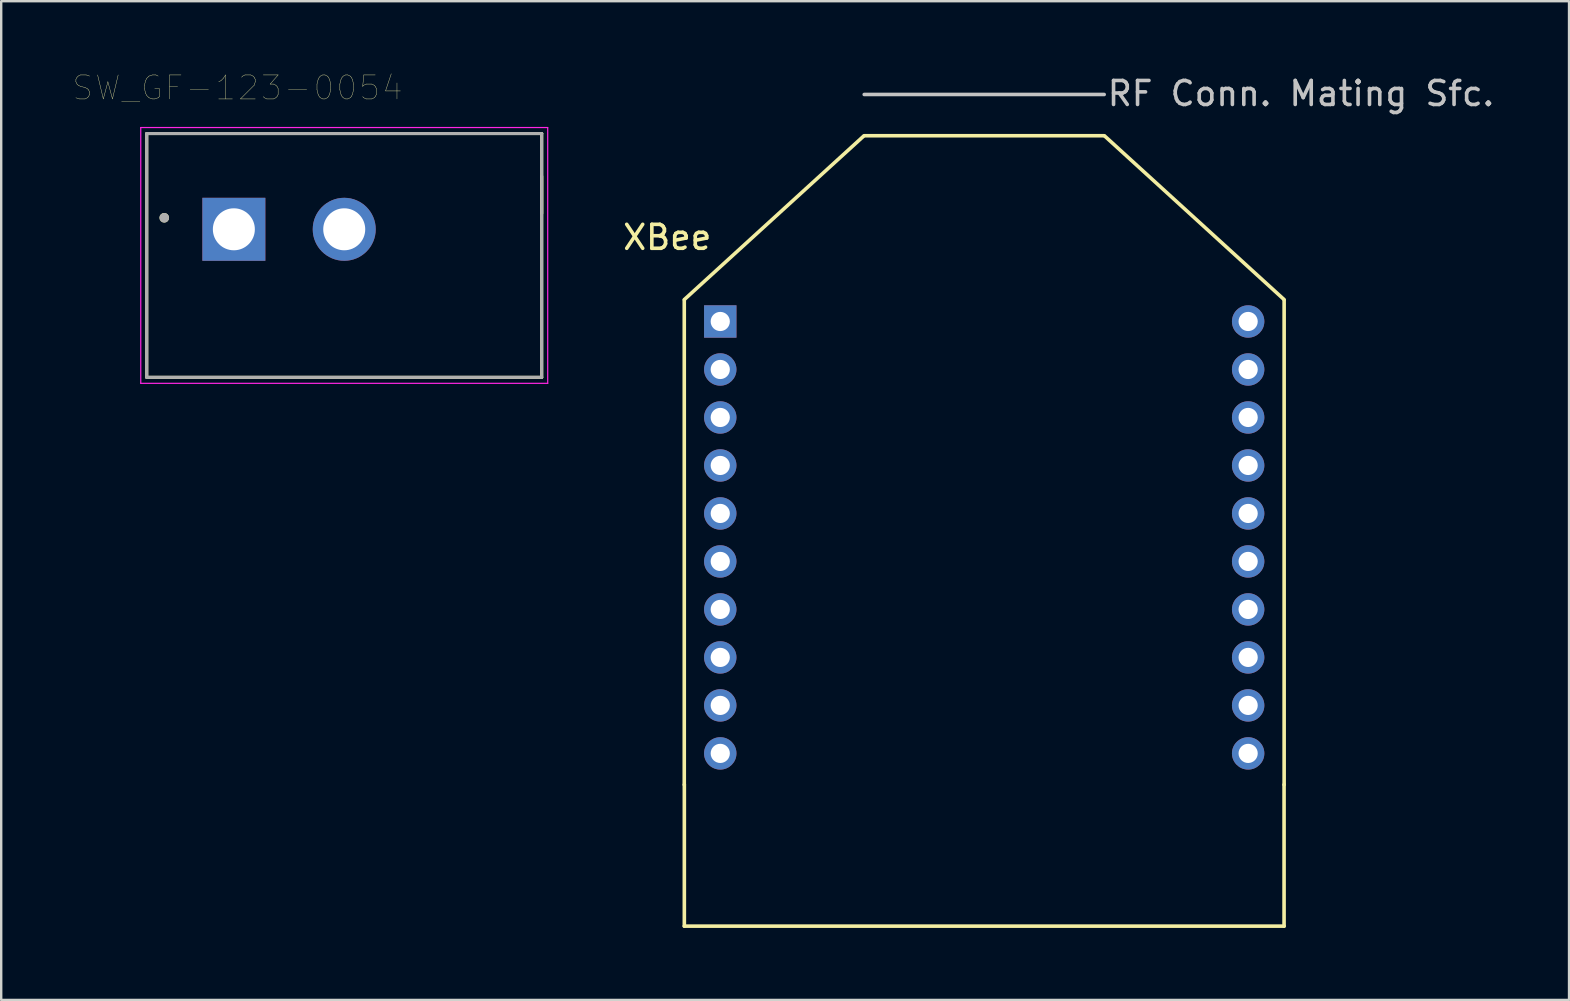
<source format=kicad_pcb>
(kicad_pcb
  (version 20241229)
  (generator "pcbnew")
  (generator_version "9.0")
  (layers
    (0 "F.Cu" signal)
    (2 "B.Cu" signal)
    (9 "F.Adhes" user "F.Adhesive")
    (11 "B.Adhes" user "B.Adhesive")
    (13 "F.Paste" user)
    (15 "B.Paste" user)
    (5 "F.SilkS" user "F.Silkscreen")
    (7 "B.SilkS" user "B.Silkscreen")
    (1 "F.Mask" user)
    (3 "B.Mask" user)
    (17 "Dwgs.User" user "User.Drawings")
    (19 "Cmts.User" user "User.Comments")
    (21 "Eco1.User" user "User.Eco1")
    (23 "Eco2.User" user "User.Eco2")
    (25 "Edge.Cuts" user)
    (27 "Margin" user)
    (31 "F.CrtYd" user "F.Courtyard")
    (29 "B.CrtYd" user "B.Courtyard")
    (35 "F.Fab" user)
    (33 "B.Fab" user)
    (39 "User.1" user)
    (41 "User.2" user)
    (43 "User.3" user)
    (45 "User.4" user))
  (footprint "XBee"
    (layer "F.Cu")
    (at 37.967 10.348)
    (property "Reference" "XBee" (at -13.208 -3.505 0) (layer "F.SilkS") (effects (font (size 1 1) (thickness 0.15))))
    (attr through_hole)
    (fp_line (start -12.5 19.304) (end -12.5 -0.889) (stroke (width 0.15) (type solid)) (layer "F.SilkS"))
    (fp_line (start -12.497 19.304) (end -12.497 25.197) (stroke (width 0.15) (type solid)) (layer "F.SilkS"))
    (fp_line (start -5.029 -7.722) (end -12.497 -0.914) (stroke (width 0.15) (type solid)) (layer "F.SilkS"))
    (fp_line (start 5 -7.74) (end -5 -7.74) (stroke (width 0.15) (type solid)) (layer "F.SilkS"))
    (fp_line (start 5.029 -7.722) (end 12.497 -0.914) (stroke (width 0.15) (type solid)) (layer "F.SilkS"))
    (fp_line (start 12.497 19.304) (end 12.497 25.197) (stroke (width 0.15) (type solid)) (layer "F.SilkS"))
    (fp_line (start 12.5 19.304) (end 12.5 -0.889) (stroke (width 0.15) (type solid)) (layer "F.SilkS"))
    (fp_line (start 12.5 25.2) (end -12.5 25.2) (stroke (width 0.15) (type solid)) (layer "F.SilkS"))
    (fp_line (start -5 -9.46) (end 5 -9.46) (stroke (width 0.15) (type solid)) (layer "Dwgs.User"))
    (fp_text user "RF Conn. Mating Sfc." (at 13.2 -9.5 0) (layer "Dwgs.User") (effects (font (size 1 1) (thickness 0.15))))
    (pad "1" thru_hole rect (at -11 0) (size 1.35 1.35) (drill 0.8) (layers "*.Cu" "*.Mask"))
    (pad "2" thru_hole oval (at -11 2) (size 1.35 1.35) (drill 0.8) (layers "*.Cu" "*.Mask"))
    (pad "3" thru_hole oval (at -11 4) (size 1.35 1.35) (drill 0.8) (layers "*.Cu" "*.Mask"))
    (pad "4" thru_hole oval (at -11 6) (size 1.35 1.35) (drill 0.8) (layers "*.Cu" "*.Mask"))
    (pad "5" thru_hole oval (at -11 8) (size 1.35 1.35) (drill 0.8) (layers "*.Cu" "*.Mask"))
    (pad "6" thru_hole oval (at -11 10) (size 1.35 1.35) (drill 0.8) (layers "*.Cu" "*.Mask"))
    (pad "7" thru_hole oval (at -11 12) (size 1.35 1.35) (drill 0.8) (layers "*.Cu" "*.Mask"))
    (pad "8" thru_hole oval (at -11 14) (size 1.35 1.35) (drill 0.8) (layers "*.Cu" "*.Mask"))
    (pad "9" thru_hole oval (at -11 16) (size 1.35 1.35) (drill 0.8) (layers "*.Cu" "*.Mask"))
    (pad "10" thru_hole oval (at -11 18) (size 1.35 1.35) (drill 0.8) (layers "*.Cu" "*.Mask"))
    (pad "11" thru_hole oval (at 11 18) (size 1.35 1.35) (drill 0.8) (layers "*.Cu" "*.Mask"))
    (pad "12" thru_hole oval (at 11 16) (size 1.35 1.35) (drill 0.8) (layers "*.Cu" "*.Mask"))
    (pad "13" thru_hole oval (at 11 14) (size 1.35 1.35) (drill 0.8) (layers "*.Cu" "*.Mask"))
    (pad "14" thru_hole oval (at 11 12) (size 1.35 1.35) (drill 0.8) (layers "*.Cu" "*.Mask"))
    (pad "15" thru_hole oval (at 11 10) (size 1.35 1.35) (drill 0.8) (layers "*.Cu" "*.Mask"))
    (pad "16" thru_hole oval (at 11 8) (size 1.35 1.35) (drill 0.8) (layers "*.Cu" "*.Mask"))
    (pad "17" thru_hole oval (at 11 6) (size 1.35 1.35) (drill 0.8) (layers "*.Cu" "*.Mask"))
    (pad "18" thru_hole oval (at 11 4) (size 1.35 1.35) (drill 0.8) (layers "*.Cu" "*.Mask"))
    (pad "19" thru_hole oval (at 11 2) (size 1.35 1.35) (drill 0.8) (layers "*.Cu" "*.Mask"))
    (pad "20" thru_hole oval (at 11 0) (size 1.35 1.35) (drill 0.8) (layers "*.Cu" "*.Mask")))
  (footprint "SW_GF-123-0054"
    (layer "F.Cu")
    (at 11.296 7.596)
    (property "Reference" "SW_GF-123-0054" (at -4.445 -6.985 0) (layer "F.SilkS") (effects (font (size 1 1) (thickness 0.015))))
    (attr through_hole)
    (fp_line (start -8.23 5.08) (end -8.23 -5.08) (stroke (width 0.127) (type solid)) (layer "F.SilkS"))
    (fp_line (start 8.23 -5.08) (end -8.23 -5.08) (stroke (width 0.127) (type solid)) (layer "F.SilkS"))
    (fp_line (start 8.23 -5.08) (end 8.23 5.08) (stroke (width 0.127) (type solid)) (layer "F.SilkS"))
    (fp_line (start 8.23 -3.3) (end 8.23 -1.75) (stroke (width 0.127) (type solid)) (layer "F.SilkS"))
    (fp_line (start 8.23 5.08) (end -8.23 5.08) (stroke (width 0.127) (type solid)) (layer "F.SilkS"))
    (fp_circle (center -7.5 -1.57) (end -7.4 -1.57) (stroke (width 0.2) (type solid)) (fill no) (layer "F.SilkS"))
    (fp_line (start -8.48 -5.33) (end 8.48 -5.33) (stroke (width 0.05) (type solid)) (layer "F.CrtYd"))
    (fp_line (start -8.48 5.33) (end -8.48 -5.33) (stroke (width 0.05) (type solid)) (layer "F.CrtYd"))
    (fp_line (start 8.48 -5.33) (end 8.48 5.33) (stroke (width 0.05) (type solid)) (layer "F.CrtYd"))
    (fp_line (start 8.48 5.33) (end -8.48 5.33) (stroke (width 0.05) (type solid)) (layer "F.CrtYd"))
    (fp_line (start -8.23 -5.08) (end 8.23 -5.08) (stroke (width 0.127) (type solid)) (layer "F.Fab"))
    (fp_line (start -8.23 5.08) (end -8.23 -5.08) (stroke (width 0.127) (type solid)) (layer "F.Fab"))
    (fp_line (start 8.23 -5.08) (end 8.23 5.08) (stroke (width 0.127) (type solid)) (layer "F.Fab"))
    (fp_line (start 8.23 5.08) (end -8.23 5.08) (stroke (width 0.127) (type solid)) (layer "F.Fab"))
    (fp_circle (center -7.5 -1.57) (end -7.4 -1.57) (stroke (width 0.2) (type solid)) (fill no) (layer "F.Fab"))
    (pad "1" thru_hole rect (at -4.6 -1.09) (size 2.625 2.625) (drill 1.75) (layers "*.Cu" "*.Mask"))
    (pad "2" thru_hole circle (at 0 -1.09) (size 2.625 2.625) (drill 1.75) (layers "*.Cu" "*.Mask")))
  (gr_rect
    (start -3 -3)
    (end 62.34 38.623)
    (stroke (width 0.1) (type default))
    (fill no)
    (layer "Edge.Cuts")))
</source>
